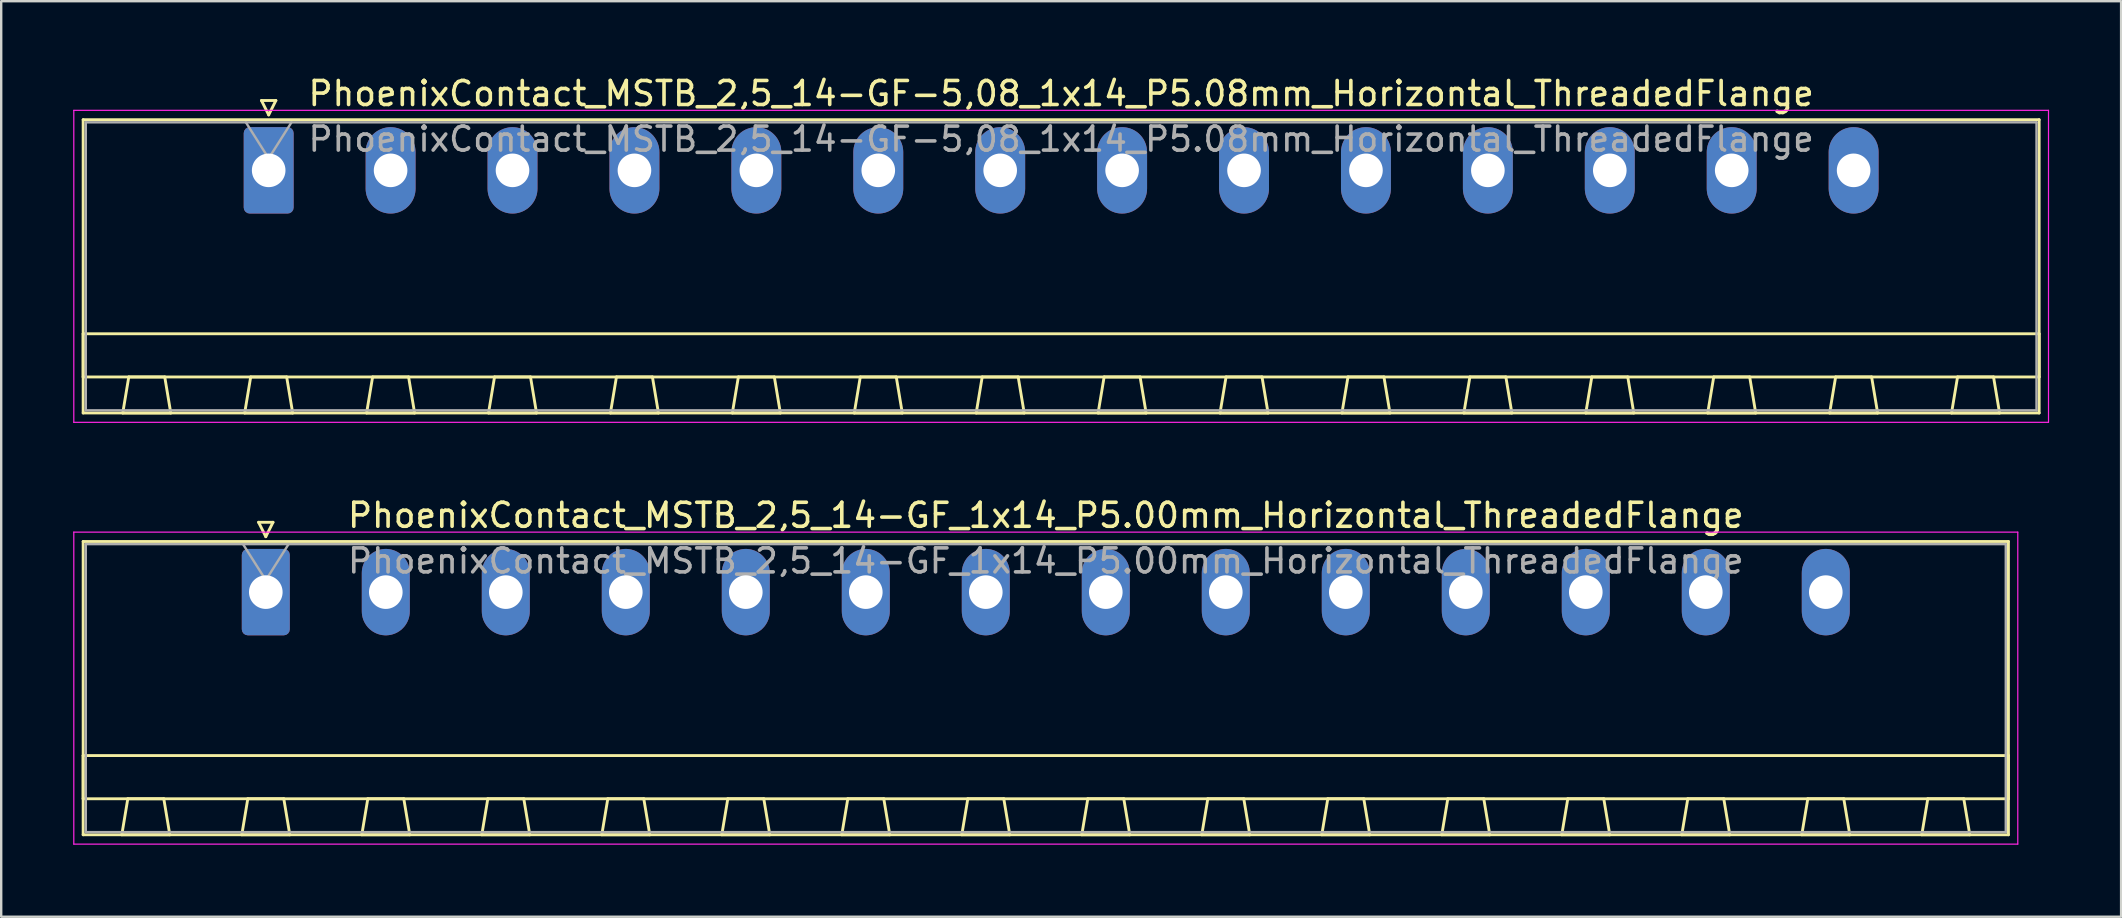
<source format=kicad_pcb>
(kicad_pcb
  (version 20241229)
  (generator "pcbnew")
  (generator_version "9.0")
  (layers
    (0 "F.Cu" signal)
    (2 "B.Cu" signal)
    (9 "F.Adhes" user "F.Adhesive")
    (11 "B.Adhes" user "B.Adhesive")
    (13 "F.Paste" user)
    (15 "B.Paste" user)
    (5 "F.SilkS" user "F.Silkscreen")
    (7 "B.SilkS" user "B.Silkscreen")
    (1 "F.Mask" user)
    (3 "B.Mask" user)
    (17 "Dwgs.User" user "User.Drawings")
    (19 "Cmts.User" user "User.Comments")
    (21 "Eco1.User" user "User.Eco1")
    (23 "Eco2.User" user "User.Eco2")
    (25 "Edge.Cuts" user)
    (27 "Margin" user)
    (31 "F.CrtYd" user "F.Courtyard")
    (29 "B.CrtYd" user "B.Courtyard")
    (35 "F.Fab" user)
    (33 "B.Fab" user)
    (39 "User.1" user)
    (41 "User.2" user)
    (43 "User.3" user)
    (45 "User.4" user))
  (footprint "PhoenixContact_MSTB_2,5_14-GF_1x14_P5.00mm_Horizontal_ThreadedFlange"
    (layer "F.Cu")
    (at 8.025 21.622)
    (property "Reference" "PhoenixContact_MSTB_2,5_14-GF_1x14_P5.00mm_Horizontal_ThreadedFlange" (at 32.5 -3.2 0) (layer "F.SilkS") (effects (font (size 1 1) (thickness 0.15))))
    (attr through_hole)
    (fp_line (start -7.61 -2.11) (end -7.61 10.11) (stroke (width 0.12) (type solid)) (layer "F.SilkS"))
    (fp_line (start -7.61 6.81) (end 72.61 6.81) (stroke (width 0.12) (type solid)) (layer "F.SilkS"))
    (fp_line (start -7.61 8.61) (end -7.61 6.81) (stroke (width 0.12) (type solid)) (layer "F.SilkS"))
    (fp_line (start -7.61 10.11) (end 72.61 10.11) (stroke (width 0.12) (type solid)) (layer "F.SilkS"))
    (fp_line (start -6 10.11) (end -4 10.11) (stroke (width 0.12) (type solid)) (layer "F.SilkS"))
    (fp_line (start -5.75 8.61) (end -6 10.11) (stroke (width 0.12) (type solid)) (layer "F.SilkS"))
    (fp_line (start -4.25 8.61) (end -5.75 8.61) (stroke (width 0.12) (type solid)) (layer "F.SilkS"))
    (fp_line (start -4 10.11) (end -4.25 8.61) (stroke (width 0.12) (type solid)) (layer "F.SilkS"))
    (fp_line (start -1 10.11) (end 1 10.11) (stroke (width 0.12) (type solid)) (layer "F.SilkS"))
    (fp_line (start -0.75 8.61) (end -1 10.11) (stroke (width 0.12) (type solid)) (layer "F.SilkS"))
    (fp_line (start -0.3 -2.91) (end 0.3 -2.91) (stroke (width 0.12) (type solid)) (layer "F.SilkS"))
    (fp_line (start 0 -2.31) (end -0.3 -2.91) (stroke (width 0.12) (type solid)) (layer "F.SilkS"))
    (fp_line (start 0.3 -2.91) (end 0 -2.31) (stroke (width 0.12) (type solid)) (layer "F.SilkS"))
    (fp_line (start 0.75 8.61) (end -0.75 8.61) (stroke (width 0.12) (type solid)) (layer "F.SilkS"))
    (fp_line (start 1 10.11) (end 0.75 8.61) (stroke (width 0.12) (type solid)) (layer "F.SilkS"))
    (fp_line (start 4 10.11) (end 6 10.11) (stroke (width 0.12) (type solid)) (layer "F.SilkS"))
    (fp_line (start 4.25 8.61) (end 4 10.11) (stroke (width 0.12) (type solid)) (layer "F.SilkS"))
    (fp_line (start 5.75 8.61) (end 4.25 8.61) (stroke (width 0.12) (type solid)) (layer "F.SilkS"))
    (fp_line (start 6 10.11) (end 5.75 8.61) (stroke (width 0.12) (type solid)) (layer "F.SilkS"))
    (fp_line (start 9 10.11) (end 11 10.11) (stroke (width 0.12) (type solid)) (layer "F.SilkS"))
    (fp_line (start 9.25 8.61) (end 9 10.11) (stroke (width 0.12) (type solid)) (layer "F.SilkS"))
    (fp_line (start 10.75 8.61) (end 9.25 8.61) (stroke (width 0.12) (type solid)) (layer "F.SilkS"))
    (fp_line (start 11 10.11) (end 10.75 8.61) (stroke (width 0.12) (type solid)) (layer "F.SilkS"))
    (fp_line (start 14 10.11) (end 16 10.11) (stroke (width 0.12) (type solid)) (layer "F.SilkS"))
    (fp_line (start 14.25 8.61) (end 14 10.11) (stroke (width 0.12) (type solid)) (layer "F.SilkS"))
    (fp_line (start 15.75 8.61) (end 14.25 8.61) (stroke (width 0.12) (type solid)) (layer "F.SilkS"))
    (fp_line (start 16 10.11) (end 15.75 8.61) (stroke (width 0.12) (type solid)) (layer "F.SilkS"))
    (fp_line (start 19 10.11) (end 21 10.11) (stroke (width 0.12) (type solid)) (layer "F.SilkS"))
    (fp_line (start 19.25 8.61) (end 19 10.11) (stroke (width 0.12) (type solid)) (layer "F.SilkS"))
    (fp_line (start 20.75 8.61) (end 19.25 8.61) (stroke (width 0.12) (type solid)) (layer "F.SilkS"))
    (fp_line (start 21 10.11) (end 20.75 8.61) (stroke (width 0.12) (type solid)) (layer "F.SilkS"))
    (fp_line (start 24 10.11) (end 26 10.11) (stroke (width 0.12) (type solid)) (layer "F.SilkS"))
    (fp_line (start 24.25 8.61) (end 24 10.11) (stroke (width 0.12) (type solid)) (layer "F.SilkS"))
    (fp_line (start 25.75 8.61) (end 24.25 8.61) (stroke (width 0.12) (type solid)) (layer "F.SilkS"))
    (fp_line (start 26 10.11) (end 25.75 8.61) (stroke (width 0.12) (type solid)) (layer "F.SilkS"))
    (fp_line (start 29 10.11) (end 31 10.11) (stroke (width 0.12) (type solid)) (layer "F.SilkS"))
    (fp_line (start 29.25 8.61) (end 29 10.11) (stroke (width 0.12) (type solid)) (layer "F.SilkS"))
    (fp_line (start 30.75 8.61) (end 29.25 8.61) (stroke (width 0.12) (type solid)) (layer "F.SilkS"))
    (fp_line (start 31 10.11) (end 30.75 8.61) (stroke (width 0.12) (type solid)) (layer "F.SilkS"))
    (fp_line (start 34 10.11) (end 36 10.11) (stroke (width 0.12) (type solid)) (layer "F.SilkS"))
    (fp_line (start 34.25 8.61) (end 34 10.11) (stroke (width 0.12) (type solid)) (layer "F.SilkS"))
    (fp_line (start 35.75 8.61) (end 34.25 8.61) (stroke (width 0.12) (type solid)) (layer "F.SilkS"))
    (fp_line (start 36 10.11) (end 35.75 8.61) (stroke (width 0.12) (type solid)) (layer "F.SilkS"))
    (fp_line (start 39 10.11) (end 41 10.11) (stroke (width 0.12) (type solid)) (layer "F.SilkS"))
    (fp_line (start 39.25 8.61) (end 39 10.11) (stroke (width 0.12) (type solid)) (layer "F.SilkS"))
    (fp_line (start 40.75 8.61) (end 39.25 8.61) (stroke (width 0.12) (type solid)) (layer "F.SilkS"))
    (fp_line (start 41 10.11) (end 40.75 8.61) (stroke (width 0.12) (type solid)) (layer "F.SilkS"))
    (fp_line (start 44 10.11) (end 46 10.11) (stroke (width 0.12) (type solid)) (layer "F.SilkS"))
    (fp_line (start 44.25 8.61) (end 44 10.11) (stroke (width 0.12) (type solid)) (layer "F.SilkS"))
    (fp_line (start 45.75 8.61) (end 44.25 8.61) (stroke (width 0.12) (type solid)) (layer "F.SilkS"))
    (fp_line (start 46 10.11) (end 45.75 8.61) (stroke (width 0.12) (type solid)) (layer "F.SilkS"))
    (fp_line (start 49 10.11) (end 51 10.11) (stroke (width 0.12) (type solid)) (layer "F.SilkS"))
    (fp_line (start 49.25 8.61) (end 49 10.11) (stroke (width 0.12) (type solid)) (layer "F.SilkS"))
    (fp_line (start 50.75 8.61) (end 49.25 8.61) (stroke (width 0.12) (type solid)) (layer "F.SilkS"))
    (fp_line (start 51 10.11) (end 50.75 8.61) (stroke (width 0.12) (type solid)) (layer "F.SilkS"))
    (fp_line (start 54 10.11) (end 56 10.11) (stroke (width 0.12) (type solid)) (layer "F.SilkS"))
    (fp_line (start 54.25 8.61) (end 54 10.11) (stroke (width 0.12) (type solid)) (layer "F.SilkS"))
    (fp_line (start 55.75 8.61) (end 54.25 8.61) (stroke (width 0.12) (type solid)) (layer "F.SilkS"))
    (fp_line (start 56 10.11) (end 55.75 8.61) (stroke (width 0.12) (type solid)) (layer "F.SilkS"))
    (fp_line (start 59 10.11) (end 61 10.11) (stroke (width 0.12) (type solid)) (layer "F.SilkS"))
    (fp_line (start 59.25 8.61) (end 59 10.11) (stroke (width 0.12) (type solid)) (layer "F.SilkS"))
    (fp_line (start 60.75 8.61) (end 59.25 8.61) (stroke (width 0.12) (type solid)) (layer "F.SilkS"))
    (fp_line (start 61 10.11) (end 60.75 8.61) (stroke (width 0.12) (type solid)) (layer "F.SilkS"))
    (fp_line (start 64 10.11) (end 66 10.11) (stroke (width 0.12) (type solid)) (layer "F.SilkS"))
    (fp_line (start 64.25 8.61) (end 64 10.11) (stroke (width 0.12) (type solid)) (layer "F.SilkS"))
    (fp_line (start 65.75 8.61) (end 64.25 8.61) (stroke (width 0.12) (type solid)) (layer "F.SilkS"))
    (fp_line (start 66 10.11) (end 65.75 8.61) (stroke (width 0.12) (type solid)) (layer "F.SilkS"))
    (fp_line (start 69 10.11) (end 71 10.11) (stroke (width 0.12) (type solid)) (layer "F.SilkS"))
    (fp_line (start 69.25 8.61) (end 69 10.11) (stroke (width 0.12) (type solid)) (layer "F.SilkS"))
    (fp_line (start 70.75 8.61) (end 69.25 8.61) (stroke (width 0.12) (type solid)) (layer "F.SilkS"))
    (fp_line (start 71 10.11) (end 70.75 8.61) (stroke (width 0.12) (type solid)) (layer "F.SilkS"))
    (fp_line (start 72.61 -2.11) (end -7.61 -2.11) (stroke (width 0.12) (type solid)) (layer "F.SilkS"))
    (fp_line (start 72.61 6.81) (end 72.61 8.61) (stroke (width 0.12) (type solid)) (layer "F.SilkS"))
    (fp_line (start 72.61 8.61) (end -7.61 8.61) (stroke (width 0.12) (type solid)) (layer "F.SilkS"))
    (fp_line (start 72.61 10.11) (end 72.61 -2.11) (stroke (width 0.12) (type solid)) (layer "F.SilkS"))
    (fp_line (start -8 -2.5) (end -8 10.5) (stroke (width 0.05) (type solid)) (layer "F.CrtYd"))
    (fp_line (start -8 10.5) (end 73 10.5) (stroke (width 0.05) (type solid)) (layer "F.CrtYd"))
    (fp_line (start 73 -2.5) (end -8 -2.5) (stroke (width 0.05) (type solid)) (layer "F.CrtYd"))
    (fp_line (start 73 10.5) (end 73 -2.5) (stroke (width 0.05) (type solid)) (layer "F.CrtYd"))
    (fp_line (start -7.5 -2) (end -7.5 10) (stroke (width 0.1) (type solid)) (layer "F.Fab"))
    (fp_line (start -7.5 10) (end 72.5 10) (stroke (width 0.1) (type solid)) (layer "F.Fab"))
    (fp_line (start 0 -0.5) (end -0.95 -2) (stroke (width 0.1) (type solid)) (layer "F.Fab"))
    (fp_line (start 0.95 -2) (end 0 -0.5) (stroke (width 0.1) (type solid)) (layer "F.Fab"))
    (fp_line (start 72.5 -2) (end -7.5 -2) (stroke (width 0.1) (type solid)) (layer "F.Fab"))
    (fp_line (start 72.5 10) (end 72.5 -2) (stroke (width 0.1) (type solid)) (layer "F.Fab"))
    (fp_text user "${REFERENCE}" (at 32.5 -1.3 0) (layer "F.Fab") (effects (font (size 1 1) (thickness 0.15))))
    (pad "1" thru_hole roundrect (at 0 0) (size 2 3.6) (drill 1.4) (layers "*.Cu" "*.Mask") (roundrect_rratio 0.125))
    (pad "2" thru_hole oval (at 5 0) (size 2 3.6) (drill 1.4) (layers "*.Cu" "*.Mask"))
    (pad "3" thru_hole oval (at 10 0) (size 2 3.6) (drill 1.4) (layers "*.Cu" "*.Mask"))
    (pad "4" thru_hole oval (at 15 0) (size 2 3.6) (drill 1.4) (layers "*.Cu" "*.Mask"))
    (pad "5" thru_hole oval (at 20 0) (size 2 3.6) (drill 1.4) (layers "*.Cu" "*.Mask"))
    (pad "6" thru_hole oval (at 25 0) (size 2 3.6) (drill 1.4) (layers "*.Cu" "*.Mask"))
    (pad "7" thru_hole oval (at 30 0) (size 2 3.6) (drill 1.4) (layers "*.Cu" "*.Mask"))
    (pad "8" thru_hole oval (at 35 0) (size 2 3.6) (drill 1.4) (layers "*.Cu" "*.Mask"))
    (pad "9" thru_hole oval (at 40 0) (size 2 3.6) (drill 1.4) (layers "*.Cu" "*.Mask"))
    (pad "10" thru_hole oval (at 45 0) (size 2 3.6) (drill 1.4) (layers "*.Cu" "*.Mask"))
    (pad "11" thru_hole oval (at 50 0) (size 2 3.6) (drill 1.4) (layers "*.Cu" "*.Mask"))
    (pad "12" thru_hole oval (at 55 0) (size 2 3.6) (drill 1.4) (layers "*.Cu" "*.Mask"))
    (pad "13" thru_hole oval (at 60 0) (size 2 3.6) (drill 1.4) (layers "*.Cu" "*.Mask"))
    (pad "14" thru_hole oval (at 65 0) (size 2 3.6) (drill 1.4) (layers "*.Cu" "*.Mask")))
  (footprint "PhoenixContact_MSTB_2,5_14-GF-5,08_1x14_P5.08mm_Horizontal_ThreadedFlange"
    (layer "F.Cu")
    (at 8.145 4.048)
    (property "Reference" "PhoenixContact_MSTB_2,5_14-GF-5,08_1x14_P5.08mm_Horizontal_ThreadedFlange" (at 33.02 -3.2 0) (layer "F.SilkS") (effects (font (size 1 1) (thickness 0.15))))
    (attr through_hole)
    (fp_line (start -7.73 -2.11) (end -7.73 10.11) (stroke (width 0.12) (type solid)) (layer "F.SilkS"))
    (fp_line (start -7.73 6.81) (end 73.77 6.81) (stroke (width 0.12) (type solid)) (layer "F.SilkS"))
    (fp_line (start -7.73 8.61) (end -7.73 6.81) (stroke (width 0.12) (type solid)) (layer "F.SilkS"))
    (fp_line (start -7.73 10.11) (end 73.77 10.11) (stroke (width 0.12) (type solid)) (layer "F.SilkS"))
    (fp_line (start -6.08 10.11) (end -4.08 10.11) (stroke (width 0.12) (type solid)) (layer "F.SilkS"))
    (fp_line (start -5.83 8.61) (end -6.08 10.11) (stroke (width 0.12) (type solid)) (layer "F.SilkS"))
    (fp_line (start -4.33 8.61) (end -5.83 8.61) (stroke (width 0.12) (type solid)) (layer "F.SilkS"))
    (fp_line (start -4.08 10.11) (end -4.33 8.61) (stroke (width 0.12) (type solid)) (layer "F.SilkS"))
    (fp_line (start -1 10.11) (end 1 10.11) (stroke (width 0.12) (type solid)) (layer "F.SilkS"))
    (fp_line (start -0.75 8.61) (end -1 10.11) (stroke (width 0.12) (type solid)) (layer "F.SilkS"))
    (fp_line (start -0.3 -2.91) (end 0.3 -2.91) (stroke (width 0.12) (type solid)) (layer "F.SilkS"))
    (fp_line (start 0 -2.31) (end -0.3 -2.91) (stroke (width 0.12) (type solid)) (layer "F.SilkS"))
    (fp_line (start 0.3 -2.91) (end 0 -2.31) (stroke (width 0.12) (type solid)) (layer "F.SilkS"))
    (fp_line (start 0.75 8.61) (end -0.75 8.61) (stroke (width 0.12) (type solid)) (layer "F.SilkS"))
    (fp_line (start 1 10.11) (end 0.75 8.61) (stroke (width 0.12) (type solid)) (layer "F.SilkS"))
    (fp_line (start 4.08 10.11) (end 6.08 10.11) (stroke (width 0.12) (type solid)) (layer "F.SilkS"))
    (fp_line (start 4.33 8.61) (end 4.08 10.11) (stroke (width 0.12) (type solid)) (layer "F.SilkS"))
    (fp_line (start 5.83 8.61) (end 4.33 8.61) (stroke (width 0.12) (type solid)) (layer "F.SilkS"))
    (fp_line (start 6.08 10.11) (end 5.83 8.61) (stroke (width 0.12) (type solid)) (layer "F.SilkS"))
    (fp_line (start 9.16 10.11) (end 11.16 10.11) (stroke (width 0.12) (type solid)) (layer "F.SilkS"))
    (fp_line (start 9.41 8.61) (end 9.16 10.11) (stroke (width 0.12) (type solid)) (layer "F.SilkS"))
    (fp_line (start 10.91 8.61) (end 9.41 8.61) (stroke (width 0.12) (type solid)) (layer "F.SilkS"))
    (fp_line (start 11.16 10.11) (end 10.91 8.61) (stroke (width 0.12) (type solid)) (layer "F.SilkS"))
    (fp_line (start 14.24 10.11) (end 16.24 10.11) (stroke (width 0.12) (type solid)) (layer "F.SilkS"))
    (fp_line (start 14.49 8.61) (end 14.24 10.11) (stroke (width 0.12) (type solid)) (layer "F.SilkS"))
    (fp_line (start 15.99 8.61) (end 14.49 8.61) (stroke (width 0.12) (type solid)) (layer "F.SilkS"))
    (fp_line (start 16.24 10.11) (end 15.99 8.61) (stroke (width 0.12) (type solid)) (layer "F.SilkS"))
    (fp_line (start 19.32 10.11) (end 21.32 10.11) (stroke (width 0.12) (type solid)) (layer "F.SilkS"))
    (fp_line (start 19.57 8.61) (end 19.32 10.11) (stroke (width 0.12) (type solid)) (layer "F.SilkS"))
    (fp_line (start 21.07 8.61) (end 19.57 8.61) (stroke (width 0.12) (type solid)) (layer "F.SilkS"))
    (fp_line (start 21.32 10.11) (end 21.07 8.61) (stroke (width 0.12) (type solid)) (layer "F.SilkS"))
    (fp_line (start 24.4 10.11) (end 26.4 10.11) (stroke (width 0.12) (type solid)) (layer "F.SilkS"))
    (fp_line (start 24.65 8.61) (end 24.4 10.11) (stroke (width 0.12) (type solid)) (layer "F.SilkS"))
    (fp_line (start 26.15 8.61) (end 24.65 8.61) (stroke (width 0.12) (type solid)) (layer "F.SilkS"))
    (fp_line (start 26.4 10.11) (end 26.15 8.61) (stroke (width 0.12) (type solid)) (layer "F.SilkS"))
    (fp_line (start 29.48 10.11) (end 31.48 10.11) (stroke (width 0.12) (type solid)) (layer "F.SilkS"))
    (fp_line (start 29.73 8.61) (end 29.48 10.11) (stroke (width 0.12) (type solid)) (layer "F.SilkS"))
    (fp_line (start 31.23 8.61) (end 29.73 8.61) (stroke (width 0.12) (type solid)) (layer "F.SilkS"))
    (fp_line (start 31.48 10.11) (end 31.23 8.61) (stroke (width 0.12) (type solid)) (layer "F.SilkS"))
    (fp_line (start 34.56 10.11) (end 36.56 10.11) (stroke (width 0.12) (type solid)) (layer "F.SilkS"))
    (fp_line (start 34.81 8.61) (end 34.56 10.11) (stroke (width 0.12) (type solid)) (layer "F.SilkS"))
    (fp_line (start 36.31 8.61) (end 34.81 8.61) (stroke (width 0.12) (type solid)) (layer "F.SilkS"))
    (fp_line (start 36.56 10.11) (end 36.31 8.61) (stroke (width 0.12) (type solid)) (layer "F.SilkS"))
    (fp_line (start 39.64 10.11) (end 41.64 10.11) (stroke (width 0.12) (type solid)) (layer "F.SilkS"))
    (fp_line (start 39.89 8.61) (end 39.64 10.11) (stroke (width 0.12) (type solid)) (layer "F.SilkS"))
    (fp_line (start 41.39 8.61) (end 39.89 8.61) (stroke (width 0.12) (type solid)) (layer "F.SilkS"))
    (fp_line (start 41.64 10.11) (end 41.39 8.61) (stroke (width 0.12) (type solid)) (layer "F.SilkS"))
    (fp_line (start 44.72 10.11) (end 46.72 10.11) (stroke (width 0.12) (type solid)) (layer "F.SilkS"))
    (fp_line (start 44.97 8.61) (end 44.72 10.11) (stroke (width 0.12) (type solid)) (layer "F.SilkS"))
    (fp_line (start 46.47 8.61) (end 44.97 8.61) (stroke (width 0.12) (type solid)) (layer "F.SilkS"))
    (fp_line (start 46.72 10.11) (end 46.47 8.61) (stroke (width 0.12) (type solid)) (layer "F.SilkS"))
    (fp_line (start 49.8 10.11) (end 51.8 10.11) (stroke (width 0.12) (type solid)) (layer "F.SilkS"))
    (fp_line (start 50.05 8.61) (end 49.8 10.11) (stroke (width 0.12) (type solid)) (layer "F.SilkS"))
    (fp_line (start 51.55 8.61) (end 50.05 8.61) (stroke (width 0.12) (type solid)) (layer "F.SilkS"))
    (fp_line (start 51.8 10.11) (end 51.55 8.61) (stroke (width 0.12) (type solid)) (layer "F.SilkS"))
    (fp_line (start 54.88 10.11) (end 56.88 10.11) (stroke (width 0.12) (type solid)) (layer "F.SilkS"))
    (fp_line (start 55.13 8.61) (end 54.88 10.11) (stroke (width 0.12) (type solid)) (layer "F.SilkS"))
    (fp_line (start 56.63 8.61) (end 55.13 8.61) (stroke (width 0.12) (type solid)) (layer "F.SilkS"))
    (fp_line (start 56.88 10.11) (end 56.63 8.61) (stroke (width 0.12) (type solid)) (layer "F.SilkS"))
    (fp_line (start 59.96 10.11) (end 61.96 10.11) (stroke (width 0.12) (type solid)) (layer "F.SilkS"))
    (fp_line (start 60.21 8.61) (end 59.96 10.11) (stroke (width 0.12) (type solid)) (layer "F.SilkS"))
    (fp_line (start 61.71 8.61) (end 60.21 8.61) (stroke (width 0.12) (type solid)) (layer "F.SilkS"))
    (fp_line (start 61.96 10.11) (end 61.71 8.61) (stroke (width 0.12) (type solid)) (layer "F.SilkS"))
    (fp_line (start 65.04 10.11) (end 67.04 10.11) (stroke (width 0.12) (type solid)) (layer "F.SilkS"))
    (fp_line (start 65.29 8.61) (end 65.04 10.11) (stroke (width 0.12) (type solid)) (layer "F.SilkS"))
    (fp_line (start 66.79 8.61) (end 65.29 8.61) (stroke (width 0.12) (type solid)) (layer "F.SilkS"))
    (fp_line (start 67.04 10.11) (end 66.79 8.61) (stroke (width 0.12) (type solid)) (layer "F.SilkS"))
    (fp_line (start 70.12 10.11) (end 72.12 10.11) (stroke (width 0.12) (type solid)) (layer "F.SilkS"))
    (fp_line (start 70.37 8.61) (end 70.12 10.11) (stroke (width 0.12) (type solid)) (layer "F.SilkS"))
    (fp_line (start 71.87 8.61) (end 70.37 8.61) (stroke (width 0.12) (type solid)) (layer "F.SilkS"))
    (fp_line (start 72.12 10.11) (end 71.87 8.61) (stroke (width 0.12) (type solid)) (layer "F.SilkS"))
    (fp_line (start 73.77 -2.11) (end -7.73 -2.11) (stroke (width 0.12) (type solid)) (layer "F.SilkS"))
    (fp_line (start 73.77 6.81) (end 73.77 8.61) (stroke (width 0.12) (type solid)) (layer "F.SilkS"))
    (fp_line (start 73.77 8.61) (end -7.73 8.61) (stroke (width 0.12) (type solid)) (layer "F.SilkS"))
    (fp_line (start 73.77 10.11) (end 73.77 -2.11) (stroke (width 0.12) (type solid)) (layer "F.SilkS"))
    (fp_line (start -8.12 -2.5) (end -8.12 10.5) (stroke (width 0.05) (type solid)) (layer "F.CrtYd"))
    (fp_line (start -8.12 10.5) (end 74.16 10.5) (stroke (width 0.05) (type solid)) (layer "F.CrtYd"))
    (fp_line (start 74.16 -2.5) (end -8.12 -2.5) (stroke (width 0.05) (type solid)) (layer "F.CrtYd"))
    (fp_line (start 74.16 10.5) (end 74.16 -2.5) (stroke (width 0.05) (type solid)) (layer "F.CrtYd"))
    (fp_line (start -7.62 -2) (end -7.62 10) (stroke (width 0.1) (type solid)) (layer "F.Fab"))
    (fp_line (start -7.62 10) (end 73.66 10) (stroke (width 0.1) (type solid)) (layer "F.Fab"))
    (fp_line (start 0 -0.5) (end -0.95 -2) (stroke (width 0.1) (type solid)) (layer "F.Fab"))
    (fp_line (start 0.95 -2) (end 0 -0.5) (stroke (width 0.1) (type solid)) (layer "F.Fab"))
    (fp_line (start 73.66 -2) (end -7.62 -2) (stroke (width 0.1) (type solid)) (layer "F.Fab"))
    (fp_line (start 73.66 10) (end 73.66 -2) (stroke (width 0.1) (type solid)) (layer "F.Fab"))
    (fp_text user "${REFERENCE}" (at 33.02 -1.3 0) (layer "F.Fab") (effects (font (size 1 1) (thickness 0.15))))
    (pad "1" thru_hole roundrect (at 0 0) (size 2.08 3.6) (drill 1.4) (layers "*.Cu" "*.Mask") (roundrect_rratio 0.12))
    (pad "2" thru_hole oval (at 5.08 0) (size 2.08 3.6) (drill 1.4) (layers "*.Cu" "*.Mask"))
    (pad "3" thru_hole oval (at 10.16 0) (size 2.08 3.6) (drill 1.4) (layers "*.Cu" "*.Mask"))
    (pad "4" thru_hole oval (at 15.24 0) (size 2.08 3.6) (drill 1.4) (layers "*.Cu" "*.Mask"))
    (pad "5" thru_hole oval (at 20.32 0) (size 2.08 3.6) (drill 1.4) (layers "*.Cu" "*.Mask"))
    (pad "6" thru_hole oval (at 25.4 0) (size 2.08 3.6) (drill 1.4) (layers "*.Cu" "*.Mask"))
    (pad "7" thru_hole oval (at 30.48 0) (size 2.08 3.6) (drill 1.4) (layers "*.Cu" "*.Mask"))
    (pad "8" thru_hole oval (at 35.56 0) (size 2.08 3.6) (drill 1.4) (layers "*.Cu" "*.Mask"))
    (pad "9" thru_hole oval (at 40.64 0) (size 2.08 3.6) (drill 1.4) (layers "*.Cu" "*.Mask"))
    (pad "10" thru_hole oval (at 45.72 0) (size 2.08 3.6) (drill 1.4) (layers "*.Cu" "*.Mask"))
    (pad "11" thru_hole oval (at 50.8 0) (size 2.08 3.6) (drill 1.4) (layers "*.Cu" "*.Mask"))
    (pad "12" thru_hole oval (at 55.88 0) (size 2.08 3.6) (drill 1.4) (layers "*.Cu" "*.Mask"))
    (pad "13" thru_hole oval (at 60.96 0) (size 2.08 3.6) (drill 1.4) (layers "*.Cu" "*.Mask"))
    (pad "14" thru_hole oval (at 66.04 0) (size 2.08 3.6) (drill 1.4) (layers "*.Cu" "*.Mask")))
  (gr_rect
    (start -3 -3)
    (end 85.33 35.147)
    (stroke (width 0.1) (type default))
    (fill no)
    (layer "Edge.Cuts")))
</source>
